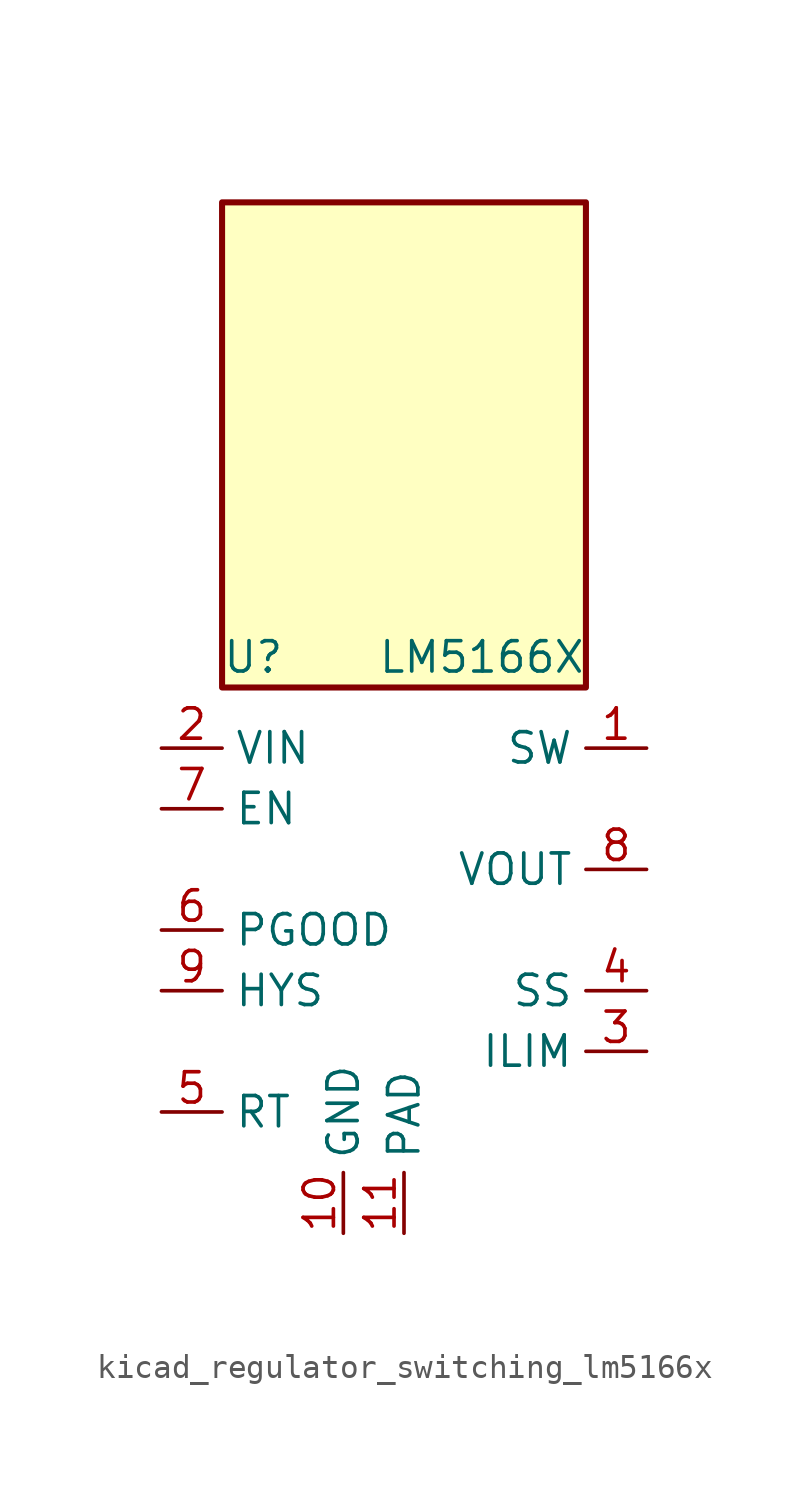
<source format=kicad_sym>
(kicad_symbol_lib
  (version 20220914)
  (generator kicad_symbol_editor)
  (symbol "kicad_regulator_switching_lm5166x"
    (property "Reference" "U"
      (at -7.62 11.43 0)
      (effects (font (size 1.27 1.27)) (justify left)))
    (property "Value" "LM5166X"
      (at 7.62 11.43 0)
      (effects (font (size 1.27 1.27)) (justify right)))
    (symbol "kicad_regulator_switching_lm5166x_0_1"
      (rectangle (start 7.62 30.48) (end -7.62 10.16) (stroke (width 0.254) (type default)) (fill (type background))))
    (symbol "kicad_regulator_switching_lm5166x_1_1"
      (pin power_out line (at 10.16 7.62 180) (length 2.54) (name "SW" (effects (font (size 1.27 1.27)))) (number "1" (effects (font (size 1.27 1.27)))))
      (pin power_in line (at -2.54 -12.7 90) (length 2.54) (name "GND" (effects (font (size 1.27 1.27)))) (number "10" (effects (font (size 1.27 1.27)))))
      (pin power_in line (at 0 -12.7 90) (length 2.54) (name "PAD" (effects (font (size 1.27 1.27)))) (number "11" (effects (font (size 1.27 1.27)))))
      (pin power_in line (at -10.16 7.62 0) (length 2.54) (name "VIN" (effects (font (size 1.27 1.27)))) (number "2" (effects (font (size 1.27 1.27)))))
      (pin input line (at 10.16 -5.08 180) (length 2.54) (name "ILIM" (effects (font (size 1.27 1.27)))) (number "3" (effects (font (size 1.27 1.27)))))
      (pin input line (at 10.16 -2.54 180) (length 2.54) (name "SS" (effects (font (size 1.27 1.27)))) (number "4" (effects (font (size 1.27 1.27)))))
      (pin input line (at -10.16 -7.62 0) (length 2.54) (name "RT" (effects (font (size 1.27 1.27)))) (number "5" (effects (font (size 1.27 1.27)))))
      (pin output line (at -10.16 0 0) (length 2.54) (name "PGOOD" (effects (font (size 1.27 1.27)))) (number "6" (effects (font (size 1.27 1.27)))))
      (pin input line (at -10.16 5.08 0) (length 2.54) (name "EN" (effects (font (size 1.27 1.27)))) (number "7" (effects (font (size 1.27 1.27)))))
      (pin input line (at 10.16 2.54 180) (length 2.54) (name "VOUT" (effects (font (size 1.27 1.27)))) (number "8" (effects (font (size 1.27 1.27)))))
      (pin output line (at -10.16 -2.54 0) (length 2.54) (name "HYS" (effects (font (size 1.27 1.27)))) (number "9" (effects (font (size 1.27 1.27))))))))
</source>
